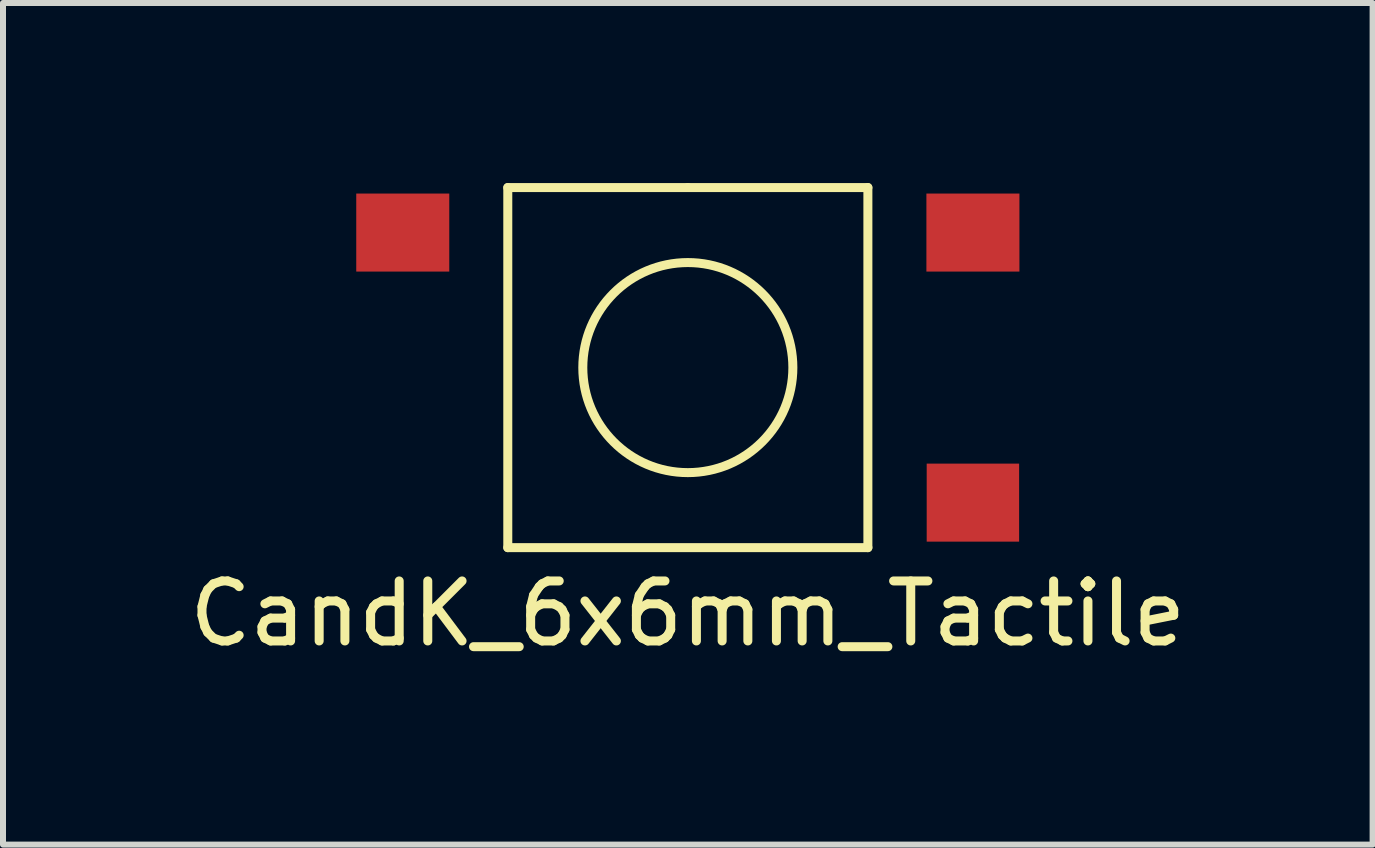
<source format=kicad_pcb>
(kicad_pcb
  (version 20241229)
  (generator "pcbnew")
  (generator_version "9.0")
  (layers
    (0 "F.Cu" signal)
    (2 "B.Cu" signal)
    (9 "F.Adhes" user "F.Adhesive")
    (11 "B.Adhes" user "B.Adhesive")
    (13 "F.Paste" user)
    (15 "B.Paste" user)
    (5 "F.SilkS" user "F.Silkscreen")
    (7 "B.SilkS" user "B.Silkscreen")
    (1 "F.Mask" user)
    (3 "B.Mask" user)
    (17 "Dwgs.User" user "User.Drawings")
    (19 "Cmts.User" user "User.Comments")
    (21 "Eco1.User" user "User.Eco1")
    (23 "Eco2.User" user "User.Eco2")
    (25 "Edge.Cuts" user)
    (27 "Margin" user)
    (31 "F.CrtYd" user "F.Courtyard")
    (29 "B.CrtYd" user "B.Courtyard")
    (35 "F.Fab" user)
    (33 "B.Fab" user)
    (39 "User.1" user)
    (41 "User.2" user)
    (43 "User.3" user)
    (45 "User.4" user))
  (footprint "CandK_6x6mm_Tactile"
    (layer "F.Cu")
    (at 8.411 3.075)
    (property "Reference" "CandK_6x6mm_Tactile" (at 0 4.1 0) (layer "F.SilkS") (effects (font (size 1 1) (thickness 0.15))))
    (attr through_hole)
    (fp_line (start -3 -3) (end -3 3) (stroke (width 0.15) (type solid)) (layer "F.SilkS"))
    (fp_line (start -3 3) (end 3 3) (stroke (width 0.15) (type solid)) (layer "F.SilkS"))
    (fp_line (start 0 -3) (end -3 -3) (stroke (width 0.15) (type solid)) (layer "F.SilkS"))
    (fp_line (start 3 -3) (end 0 -3) (stroke (width 0.15) (type solid)) (layer "F.SilkS"))
    (fp_line (start 3 3) (end 3 -3) (stroke (width 0.15) (type solid)) (layer "F.SilkS"))
    (fp_circle (center 0 0) (end 1.75 0) (stroke (width 0.15) (type solid)) (fill no) (layer "F.SilkS"))
    (pad "1" smd rect (at -4.75 -2.25) (size 1.55 1.3) (layers "F.Cu" "F.Mask" "F.Paste"))
    (pad "2" smd rect (at 4.75 -2.25) (size 1.55 1.3) (layers "F.Cu" "F.Mask" "F.Paste"))
    (pad "4" smd rect (at 4.75 2.25) (size 1.54 1.3) (layers "F.Cu" "F.Mask" "F.Paste")))
  (gr_rect
    (start -3 -3)
    (end 19.821 11.023)
    (stroke (width 0.1) (type default))
    (fill no)
    (layer "Edge.Cuts")))
</source>
